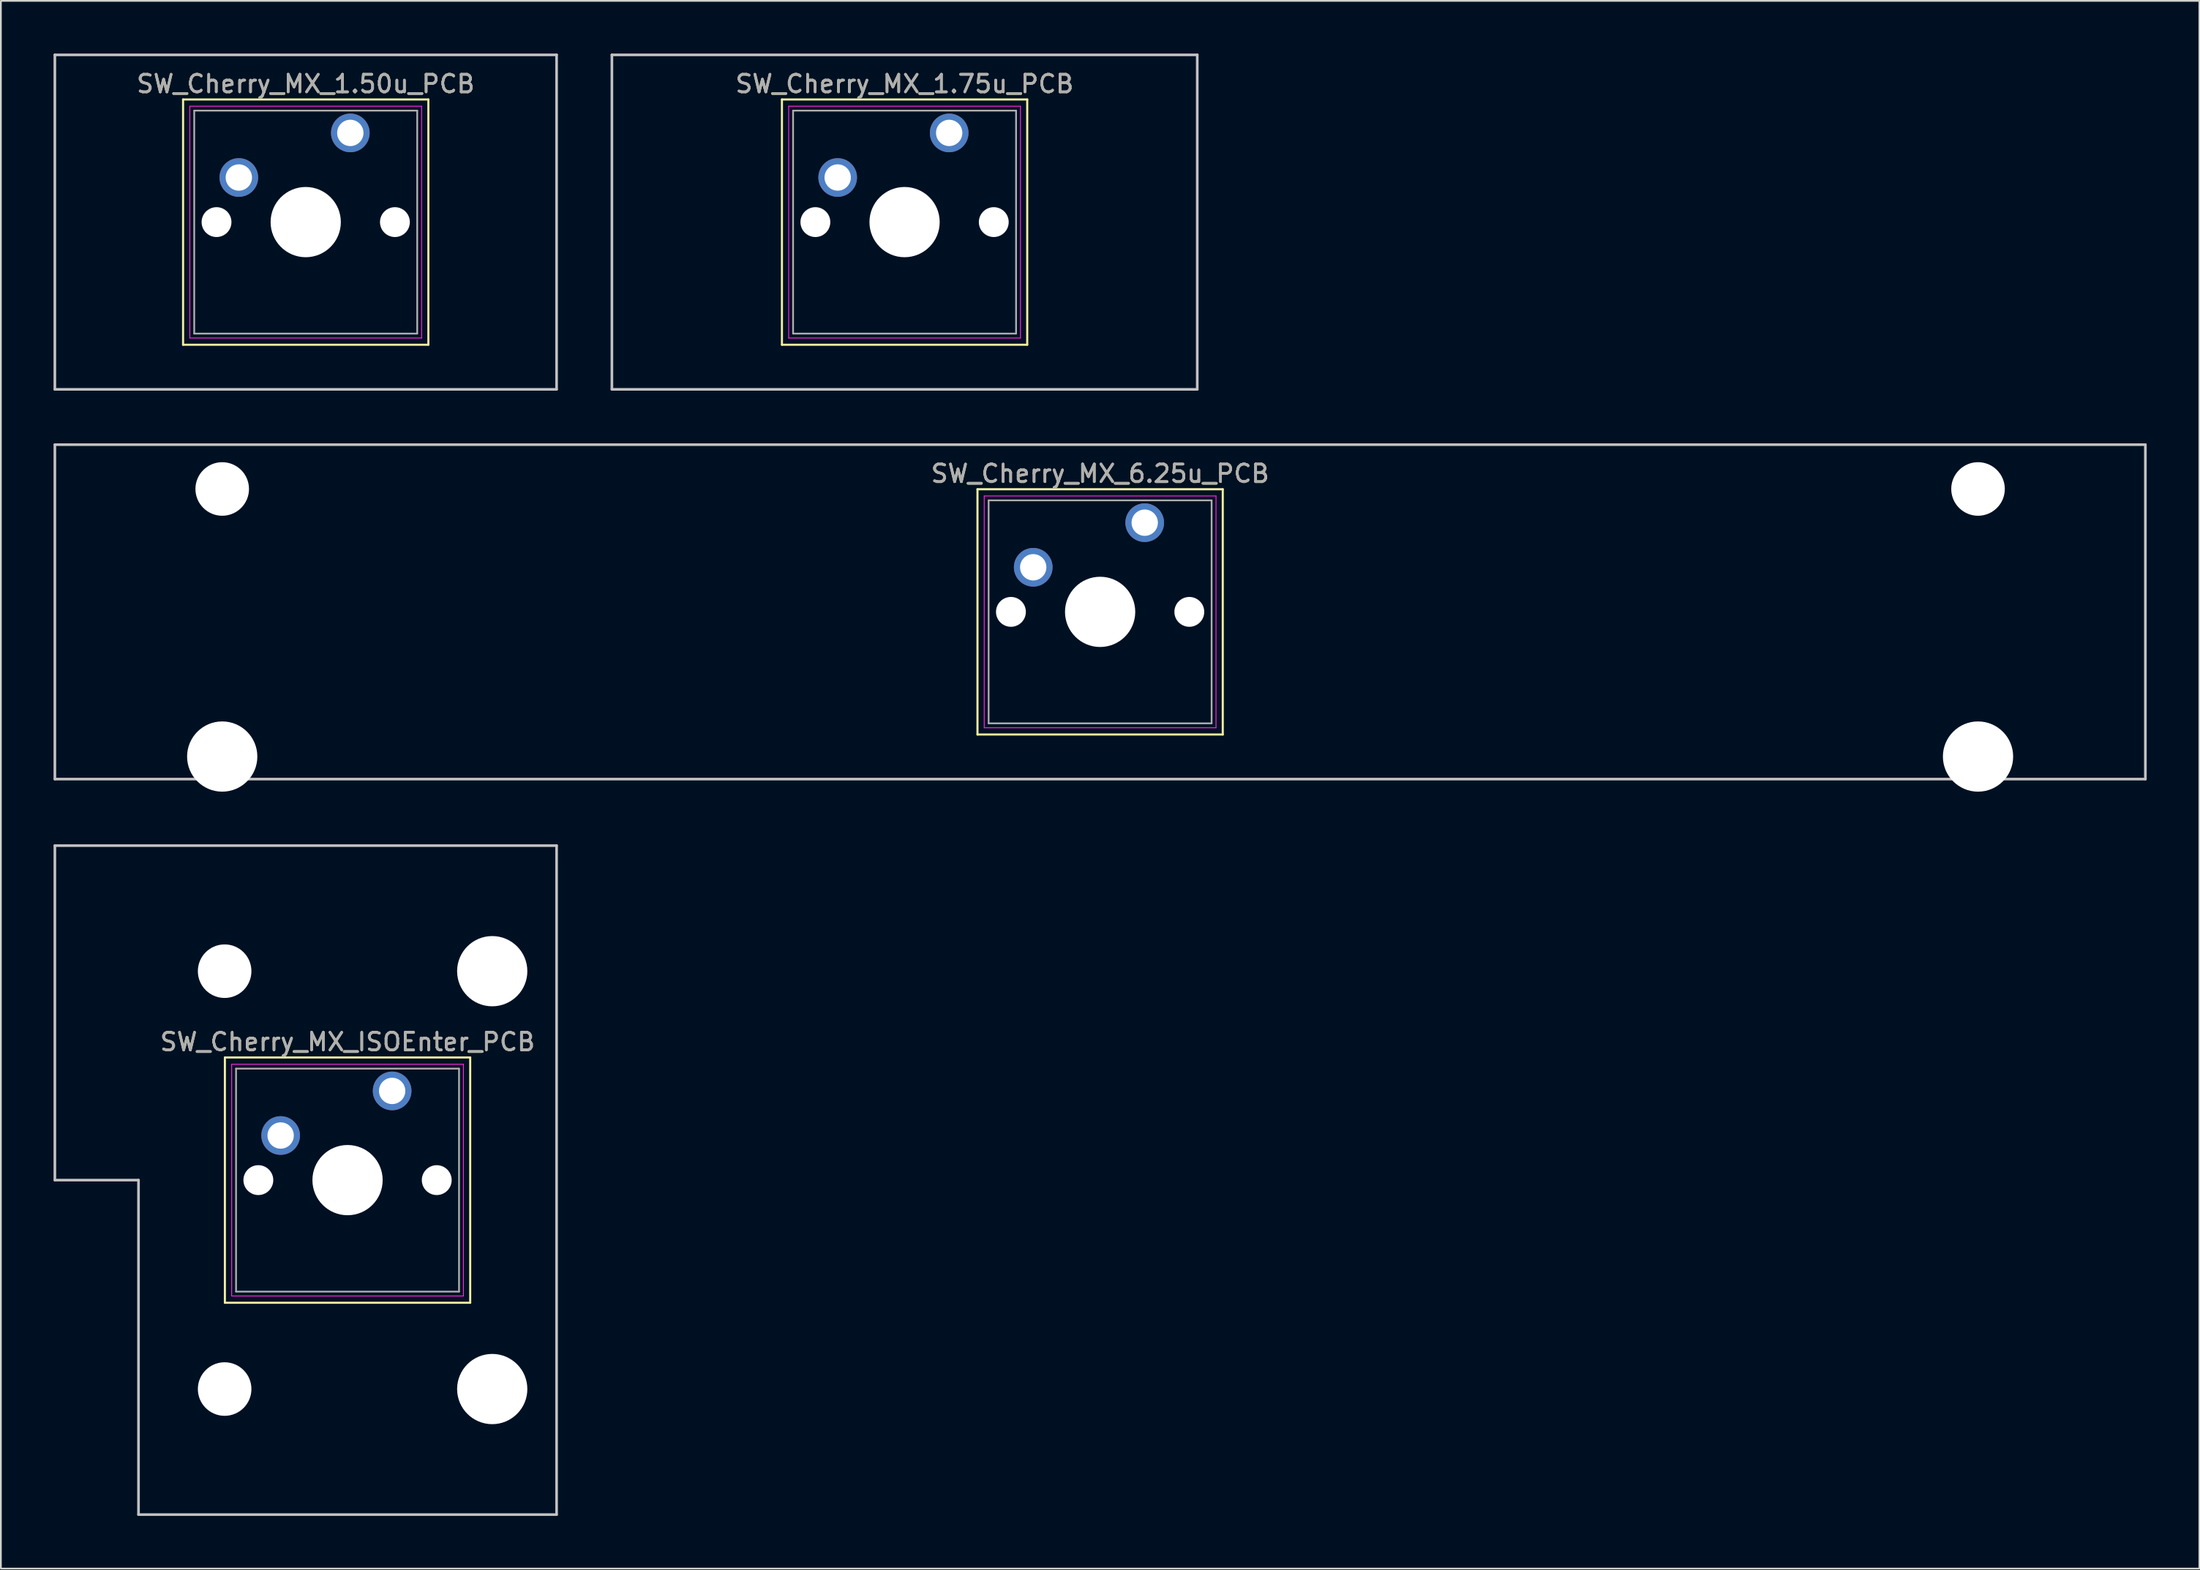
<source format=kicad_pcb>
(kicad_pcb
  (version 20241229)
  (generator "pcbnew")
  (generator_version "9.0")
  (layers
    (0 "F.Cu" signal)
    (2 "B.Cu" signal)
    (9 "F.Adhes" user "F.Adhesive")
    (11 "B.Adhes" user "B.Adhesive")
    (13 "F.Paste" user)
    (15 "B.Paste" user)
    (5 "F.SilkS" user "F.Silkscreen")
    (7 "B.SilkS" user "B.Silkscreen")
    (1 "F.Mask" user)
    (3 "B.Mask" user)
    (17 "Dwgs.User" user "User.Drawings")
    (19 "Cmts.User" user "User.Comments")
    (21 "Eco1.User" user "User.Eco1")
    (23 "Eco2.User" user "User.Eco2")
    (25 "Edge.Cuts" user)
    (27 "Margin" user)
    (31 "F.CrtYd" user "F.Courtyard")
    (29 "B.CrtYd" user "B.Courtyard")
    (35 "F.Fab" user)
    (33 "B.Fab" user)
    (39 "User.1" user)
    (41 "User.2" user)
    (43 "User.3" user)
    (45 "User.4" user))
  (footprint "SW_Cherry_MX_1.50u_PCB"
    (layer "F.Cu")
    (at 16.902 4.52)
    (property "Reference" "SW_Cherry_MX_1.50u_PCB" (at -2.54 -2.794 0) (layer "F.SilkS") (effects (font (size 1 1) (thickness 0.15))))
    (attr through_hole)
    (fp_line (start -9.525 -1.905) (end 4.445 -1.905) (stroke (width 0.12) (type solid)) (layer "F.SilkS"))
    (fp_line (start -9.525 12.065) (end -9.525 -1.905) (stroke (width 0.12) (type solid)) (layer "F.SilkS"))
    (fp_line (start 4.445 -1.905) (end 4.445 12.065) (stroke (width 0.12) (type solid)) (layer "F.SilkS"))
    (fp_line (start 4.445 12.065) (end -9.525 12.065) (stroke (width 0.12) (type solid)) (layer "F.SilkS"))
    (fp_line (start -16.828 -4.445) (end 11.748 -4.445) (stroke (width 0.15) (type solid)) (layer "Dwgs.User"))
    (fp_line (start -16.828 14.605) (end -16.828 -4.445) (stroke (width 0.15) (type solid)) (layer "Dwgs.User"))
    (fp_line (start 11.748 -4.445) (end 11.748 14.605) (stroke (width 0.15) (type solid)) (layer "Dwgs.User"))
    (fp_line (start 11.748 14.605) (end -16.828 14.605) (stroke (width 0.15) (type solid)) (layer "Dwgs.User"))
    (fp_line (start -9.14 -1.52) (end 4.06 -1.52) (stroke (width 0.05) (type solid)) (layer "F.CrtYd"))
    (fp_line (start -9.14 11.68) (end -9.14 -1.52) (stroke (width 0.05) (type solid)) (layer "F.CrtYd"))
    (fp_line (start 4.06 -1.52) (end 4.06 11.68) (stroke (width 0.05) (type solid)) (layer "F.CrtYd"))
    (fp_line (start 4.06 11.68) (end -9.14 11.68) (stroke (width 0.05) (type solid)) (layer "F.CrtYd"))
    (fp_line (start -8.89 -1.27) (end 3.81 -1.27) (stroke (width 0.1) (type solid)) (layer "F.Fab"))
    (fp_line (start -8.89 11.43) (end -8.89 -1.27) (stroke (width 0.1) (type solid)) (layer "F.Fab"))
    (fp_line (start 3.81 -1.27) (end 3.81 11.43) (stroke (width 0.1) (type solid)) (layer "F.Fab"))
    (fp_line (start 3.81 11.43) (end -8.89 11.43) (stroke (width 0.1) (type solid)) (layer "F.Fab"))
    (fp_text user "${REFERENCE}" (at -2.54 -2.794 0) (layer "F.Fab") (effects (font (size 1 1) (thickness 0.15))))
    (pad "" np_thru_hole circle (at -7.62 5.08) (size 1.7 1.7) (drill 1.7) (layers "*.Cu" "*.Mask"))
    (pad "" np_thru_hole circle (at -2.54 5.08) (size 4 4) (drill 4) (layers "*.Cu" "*.Mask"))
    (pad "" np_thru_hole circle (at 2.54 5.08) (size 1.7 1.7) (drill 1.7) (layers "*.Cu" "*.Mask"))
    (pad "1" thru_hole circle (at 0 0) (size 2.2 2.2) (drill 1.5) (layers "*.Cu" "*.Mask"))
    (pad "2" thru_hole circle (at -6.35 2.54) (size 2.2 2.2) (drill 1.5) (layers "*.Cu" "*.Mask")))
  (footprint "SW_Cherry_MX_6.25u_PCB"
    (layer "F.Cu")
    (at 62.146 26.72)
    (property "Reference" "SW_Cherry_MX_6.25u_PCB" (at -2.54 -2.794 0) (layer "F.SilkS") (effects (font (size 1 1) (thickness 0.15))))
    (attr through_hole)
    (fp_line (start -9.525 -1.905) (end 4.445 -1.905) (stroke (width 0.12) (type solid)) (layer "F.SilkS"))
    (fp_line (start -9.525 12.065) (end -9.525 -1.905) (stroke (width 0.12) (type solid)) (layer "F.SilkS"))
    (fp_line (start 4.445 -1.905) (end 4.445 12.065) (stroke (width 0.12) (type solid)) (layer "F.SilkS"))
    (fp_line (start 4.445 12.065) (end -9.525 12.065) (stroke (width 0.12) (type solid)) (layer "F.SilkS"))
    (fp_line (start -62.071 -4.445) (end 56.991 -4.445) (stroke (width 0.15) (type solid)) (layer "Dwgs.User"))
    (fp_line (start -62.071 14.605) (end -62.071 -4.445) (stroke (width 0.15) (type solid)) (layer "Dwgs.User"))
    (fp_line (start 56.991 -4.445) (end 56.991 14.605) (stroke (width 0.15) (type solid)) (layer "Dwgs.User"))
    (fp_line (start 56.991 14.605) (end -62.071 14.605) (stroke (width 0.15) (type solid)) (layer "Dwgs.User"))
    (fp_line (start -9.14 -1.52) (end 4.06 -1.52) (stroke (width 0.05) (type solid)) (layer "F.CrtYd"))
    (fp_line (start -9.14 11.68) (end -9.14 -1.52) (stroke (width 0.05) (type solid)) (layer "F.CrtYd"))
    (fp_line (start 4.06 -1.52) (end 4.06 11.68) (stroke (width 0.05) (type solid)) (layer "F.CrtYd"))
    (fp_line (start 4.06 11.68) (end -9.14 11.68) (stroke (width 0.05) (type solid)) (layer "F.CrtYd"))
    (fp_line (start -8.89 -1.27) (end 3.81 -1.27) (stroke (width 0.1) (type solid)) (layer "F.Fab"))
    (fp_line (start -8.89 11.43) (end -8.89 -1.27) (stroke (width 0.1) (type solid)) (layer "F.Fab"))
    (fp_line (start 3.81 -1.27) (end 3.81 11.43) (stroke (width 0.1) (type solid)) (layer "F.Fab"))
    (fp_line (start 3.81 11.43) (end -8.89 11.43) (stroke (width 0.1) (type solid)) (layer "F.Fab"))
    (fp_text user "${REFERENCE}" (at -2.54 -2.794 0) (layer "F.Fab") (effects (font (size 1 1) (thickness 0.15))))
    (pad "" np_thru_hole circle (at -52.54 -1.92) (size 3.05 3.05) (drill 3.05) (layers "*.Cu" "*.Mask"))
    (pad "" np_thru_hole circle (at -52.54 13.32) (size 4 4) (drill 4) (layers "*.Cu" "*.Mask"))
    (pad "" np_thru_hole circle (at -7.62 5.08) (size 1.7 1.7) (drill 1.7) (layers "*.Cu" "*.Mask"))
    (pad "" np_thru_hole circle (at -2.54 5.08) (size 4 4) (drill 4) (layers "*.Cu" "*.Mask"))
    (pad "" np_thru_hole circle (at 2.54 5.08) (size 1.7 1.7) (drill 1.7) (layers "*.Cu" "*.Mask"))
    (pad "" np_thru_hole circle (at 47.46 -1.92) (size 3.05 3.05) (drill 3.05) (layers "*.Cu" "*.Mask"))
    (pad "" np_thru_hole circle (at 47.46 13.32) (size 4 4) (drill 4) (layers "*.Cu" "*.Mask"))
    (pad "1" thru_hole circle (at 0 0) (size 2.2 2.2) (drill 1.5) (layers "*.Cu" "*.Mask"))
    (pad "2" thru_hole circle (at -6.35 2.54) (size 2.2 2.2) (drill 1.5) (layers "*.Cu" "*.Mask")))
  (footprint "SW_Cherry_MX_1.75u_PCB"
    (layer "F.Cu")
    (at 51.009 4.52)
    (property "Reference" "SW_Cherry_MX_1.75u_PCB" (at -2.54 -2.794 0) (layer "F.SilkS") (effects (font (size 1 1) (thickness 0.15))))
    (attr through_hole)
    (fp_line (start -9.525 -1.905) (end 4.445 -1.905) (stroke (width 0.12) (type solid)) (layer "F.SilkS"))
    (fp_line (start -9.525 12.065) (end -9.525 -1.905) (stroke (width 0.12) (type solid)) (layer "F.SilkS"))
    (fp_line (start 4.445 -1.905) (end 4.445 12.065) (stroke (width 0.12) (type solid)) (layer "F.SilkS"))
    (fp_line (start 4.445 12.065) (end -9.525 12.065) (stroke (width 0.12) (type solid)) (layer "F.SilkS"))
    (fp_line (start -19.209 -4.445) (end 14.129 -4.445) (stroke (width 0.15) (type solid)) (layer "Dwgs.User"))
    (fp_line (start -19.209 14.605) (end -19.209 -4.445) (stroke (width 0.15) (type solid)) (layer "Dwgs.User"))
    (fp_line (start 14.129 -4.445) (end 14.129 14.605) (stroke (width 0.15) (type solid)) (layer "Dwgs.User"))
    (fp_line (start 14.129 14.605) (end -19.209 14.605) (stroke (width 0.15) (type solid)) (layer "Dwgs.User"))
    (fp_line (start -9.14 -1.52) (end 4.06 -1.52) (stroke (width 0.05) (type solid)) (layer "F.CrtYd"))
    (fp_line (start -9.14 11.68) (end -9.14 -1.52) (stroke (width 0.05) (type solid)) (layer "F.CrtYd"))
    (fp_line (start 4.06 -1.52) (end 4.06 11.68) (stroke (width 0.05) (type solid)) (layer "F.CrtYd"))
    (fp_line (start 4.06 11.68) (end -9.14 11.68) (stroke (width 0.05) (type solid)) (layer "F.CrtYd"))
    (fp_line (start -8.89 -1.27) (end 3.81 -1.27) (stroke (width 0.1) (type solid)) (layer "F.Fab"))
    (fp_line (start -8.89 11.43) (end -8.89 -1.27) (stroke (width 0.1) (type solid)) (layer "F.Fab"))
    (fp_line (start 3.81 -1.27) (end 3.81 11.43) (stroke (width 0.1) (type solid)) (layer "F.Fab"))
    (fp_line (start 3.81 11.43) (end -8.89 11.43) (stroke (width 0.1) (type solid)) (layer "F.Fab"))
    (fp_text user "${REFERENCE}" (at -2.54 -2.794 0) (layer "F.Fab") (effects (font (size 1 1) (thickness 0.15))))
    (pad "" np_thru_hole circle (at -7.62 5.08) (size 1.7 1.7) (drill 1.7) (layers "*.Cu" "*.Mask"))
    (pad "" np_thru_hole circle (at -2.54 5.08) (size 4 4) (drill 4) (layers "*.Cu" "*.Mask"))
    (pad "" np_thru_hole circle (at 2.54 5.08) (size 1.7 1.7) (drill 1.7) (layers "*.Cu" "*.Mask"))
    (pad "1" thru_hole circle (at 0 0) (size 2.2 2.2) (drill 1.5) (layers "*.Cu" "*.Mask"))
    (pad "2" thru_hole circle (at -6.35 2.54) (size 2.2 2.2) (drill 1.5) (layers "*.Cu" "*.Mask")))
  (footprint "SW_Cherry_MX_ISOEnter_PCB"
    (layer "F.Cu")
    (at 19.284 59.085)
    (property "Reference" "SW_Cherry_MX_ISOEnter_PCB" (at -2.54 -2.794 0) (layer "F.SilkS") (effects (font (size 1 1) (thickness 0.15))))
    (attr through_hole)
    (fp_line (start -9.525 -1.905) (end 4.445 -1.905) (stroke (width 0.12) (type solid)) (layer "F.SilkS"))
    (fp_line (start -9.525 12.065) (end -9.525 -1.905) (stroke (width 0.12) (type solid)) (layer "F.SilkS"))
    (fp_line (start 4.445 -1.905) (end 4.445 12.065) (stroke (width 0.12) (type solid)) (layer "F.SilkS"))
    (fp_line (start 4.445 12.065) (end -9.525 12.065) (stroke (width 0.12) (type solid)) (layer "F.SilkS"))
    (fp_line (start -19.209 -13.97) (end 9.366 -13.97) (stroke (width 0.15) (type solid)) (layer "Dwgs.User"))
    (fp_line (start -19.209 5.08) (end -19.209 -13.97) (stroke (width 0.15) (type solid)) (layer "Dwgs.User"))
    (fp_line (start -14.446 5.08) (end -19.209 5.08) (stroke (width 0.15) (type solid)) (layer "Dwgs.User"))
    (fp_line (start -14.446 24.13) (end -14.446 5.08) (stroke (width 0.15) (type solid)) (layer "Dwgs.User"))
    (fp_line (start 9.366 -13.97) (end 9.366 24.13) (stroke (width 0.15) (type solid)) (layer "Dwgs.User"))
    (fp_line (start 9.366 24.13) (end -14.446 24.13) (stroke (width 0.15) (type solid)) (layer "Dwgs.User"))
    (fp_line (start -9.14 -1.52) (end 4.06 -1.52) (stroke (width 0.05) (type solid)) (layer "F.CrtYd"))
    (fp_line (start -9.14 11.68) (end -9.14 -1.52) (stroke (width 0.05) (type solid)) (layer "F.CrtYd"))
    (fp_line (start 4.06 -1.52) (end 4.06 11.68) (stroke (width 0.05) (type solid)) (layer "F.CrtYd"))
    (fp_line (start 4.06 11.68) (end -9.14 11.68) (stroke (width 0.05) (type solid)) (layer "F.CrtYd"))
    (fp_line (start -8.89 -1.27) (end 3.81 -1.27) (stroke (width 0.1) (type solid)) (layer "F.Fab"))
    (fp_line (start -8.89 11.43) (end -8.89 -1.27) (stroke (width 0.1) (type solid)) (layer "F.Fab"))
    (fp_line (start 3.81 -1.27) (end 3.81 11.43) (stroke (width 0.1) (type solid)) (layer "F.Fab"))
    (fp_line (start 3.81 11.43) (end -8.89 11.43) (stroke (width 0.1) (type solid)) (layer "F.Fab"))
    (fp_text user "${REFERENCE}" (at -2.54 -2.794 0) (layer "F.Fab") (effects (font (size 1 1) (thickness 0.15))))
    (pad "" np_thru_hole circle (at -9.54 -6.82) (size 3.05 3.05) (drill 3.05) (layers "*.Cu" "*.Mask"))
    (pad "" np_thru_hole circle (at -9.54 16.98) (size 3.05 3.05) (drill 3.05) (layers "*.Cu" "*.Mask"))
    (pad "" np_thru_hole circle (at -7.62 5.08) (size 1.7 1.7) (drill 1.7) (layers "*.Cu" "*.Mask"))
    (pad "" np_thru_hole circle (at -2.54 5.08) (size 4 4) (drill 4) (layers "*.Cu" "*.Mask"))
    (pad "" np_thru_hole circle (at 2.54 5.08) (size 1.7 1.7) (drill 1.7) (layers "*.Cu" "*.Mask"))
    (pad "" np_thru_hole circle (at 5.7 -6.82) (size 4 4) (drill 4) (layers "*.Cu" "*.Mask"))
    (pad "" np_thru_hole circle (at 5.7 16.98) (size 4 4) (drill 4) (layers "*.Cu" "*.Mask"))
    (pad "1" thru_hole circle (at 0 0) (size 2.2 2.2) (drill 1.5) (layers "*.Cu" "*.Mask"))
    (pad "2" thru_hole circle (at -6.35 2.54) (size 2.2 2.2) (drill 1.5) (layers "*.Cu" "*.Mask")))
  (gr_rect
    (start -3 -3)
    (end 122.213 86.29)
    (stroke (width 0.1) (type default))
    (fill no)
    (layer "Edge.Cuts")))
</source>
